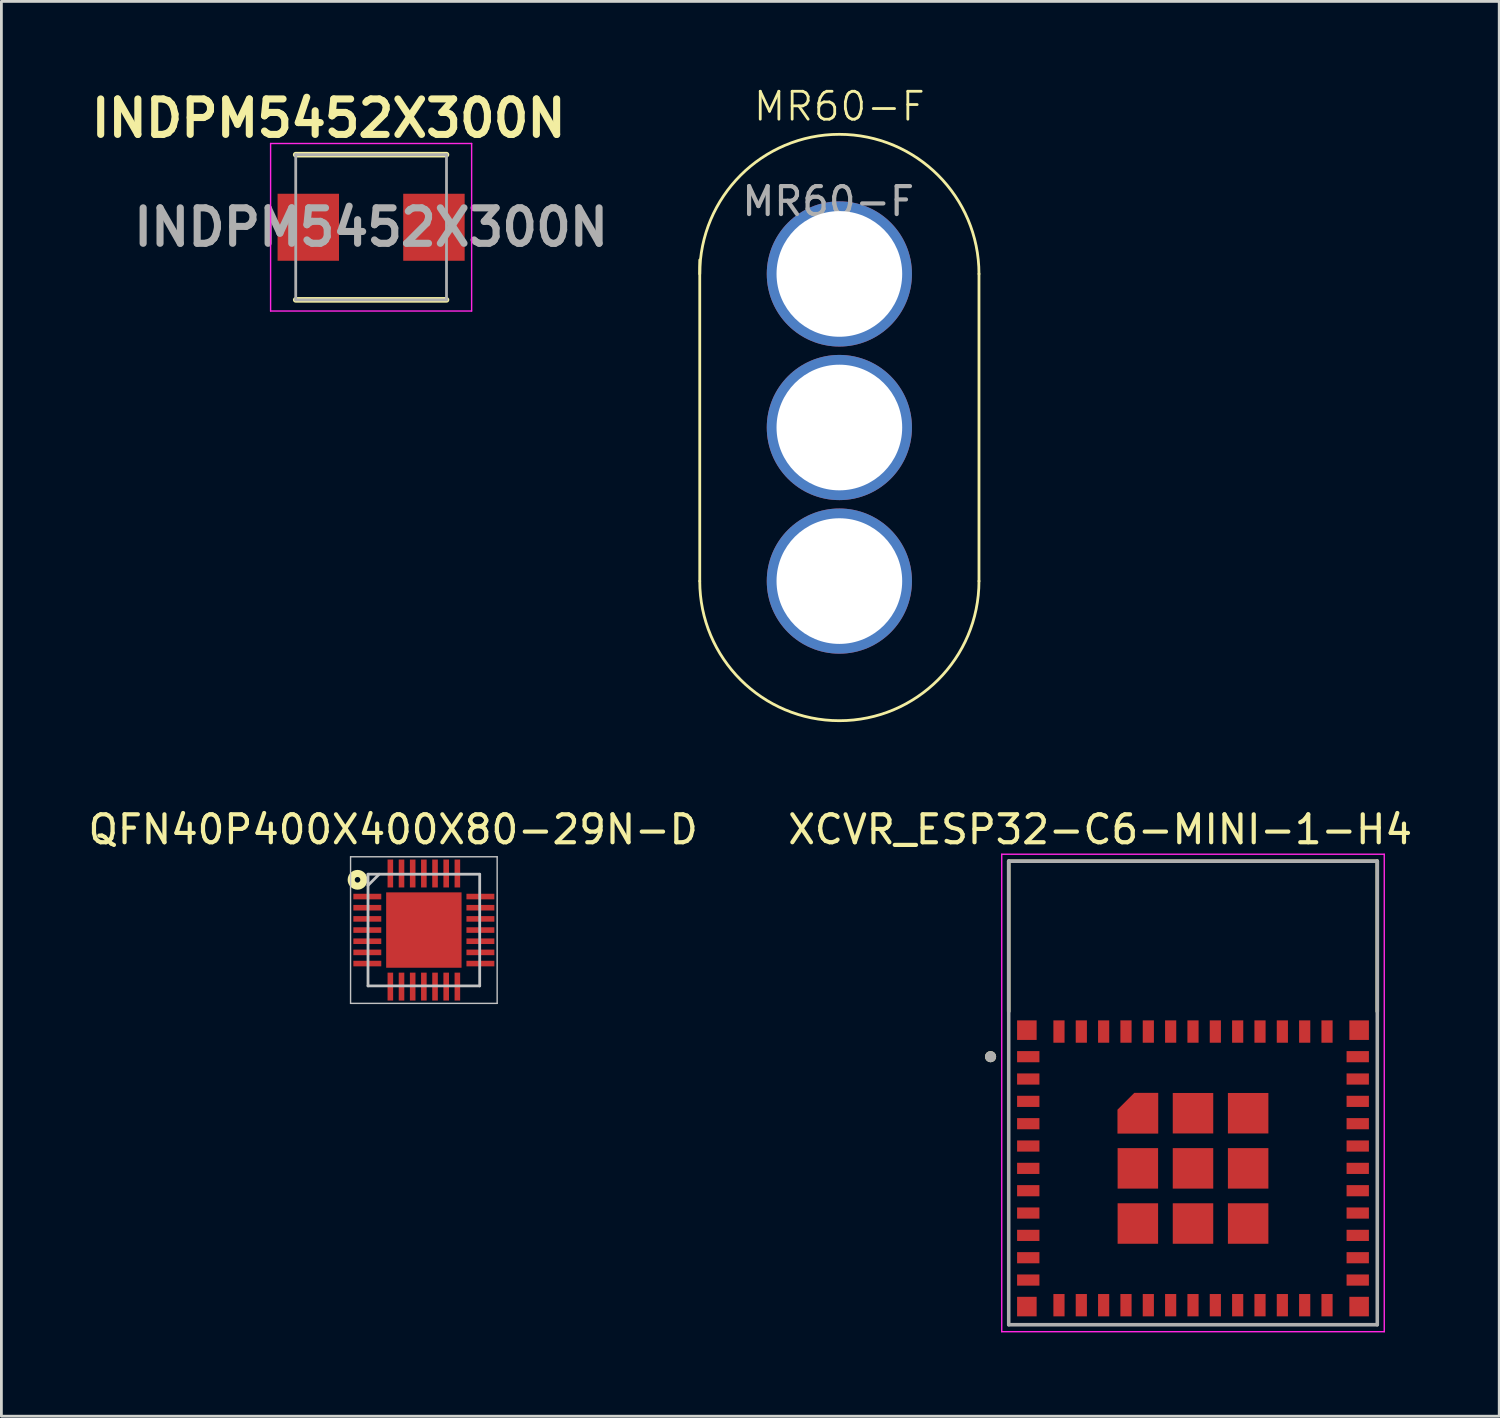
<source format=kicad_pcb>
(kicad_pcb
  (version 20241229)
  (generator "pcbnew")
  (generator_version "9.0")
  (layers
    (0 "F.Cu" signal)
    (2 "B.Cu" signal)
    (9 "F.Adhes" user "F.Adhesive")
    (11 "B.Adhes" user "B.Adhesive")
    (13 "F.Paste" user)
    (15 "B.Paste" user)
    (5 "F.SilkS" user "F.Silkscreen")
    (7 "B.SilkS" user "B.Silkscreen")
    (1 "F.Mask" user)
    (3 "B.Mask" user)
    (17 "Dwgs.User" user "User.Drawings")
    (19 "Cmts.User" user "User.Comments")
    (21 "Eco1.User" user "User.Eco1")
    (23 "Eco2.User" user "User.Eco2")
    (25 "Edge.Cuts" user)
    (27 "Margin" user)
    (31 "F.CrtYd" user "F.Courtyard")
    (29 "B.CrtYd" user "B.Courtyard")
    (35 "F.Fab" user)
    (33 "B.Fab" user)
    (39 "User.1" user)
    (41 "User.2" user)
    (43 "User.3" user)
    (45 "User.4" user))
  (footprint "XCVR_ESP32-C6-MINI-1-H4"
    (layer "F.Cu")
    (at 39.676 38.794)
    (property "Reference" "XCVR_ESP32-C6-MINI-1-H4" (at -3.325 -12.135 0) (layer "F.SilkS") (effects (font (size 1 1) (thickness 0.15))))
    (attr smd)
    (fp_poly (pts (xy -2.8 -1.15) (xy -1.15 -1.15) (xy -1.15 -2.8) (xy -2.15 -2.8) (xy -2.8 -2.15)) (stroke (width 0.01) (type solid)) (fill yes) (layer "F.Mask"))
    (fp_line (start -6.6 -11) (end 6.6 -11) (stroke (width 0.127) (type solid)) (layer "F.SilkS"))
    (fp_line (start -6.6 -5.62) (end -6.6 -11) (stroke (width 0.127) (type solid)) (layer "F.SilkS"))
    (fp_line (start 6.6 -11) (end 6.6 -5.62) (stroke (width 0.127) (type solid)) (layer "F.SilkS"))
    (fp_circle (center -7.25 -4) (end -7.15 -4) (stroke (width 0.2) (type solid)) (fill no) (layer "F.SilkS"))
    (fp_poly (pts (xy -2.7 -1.25) (xy -1.25 -1.25) (xy -1.25 -2.7) (xy -2.1 -2.7) (xy -2.7 -2.1)) (stroke (width 0.01) (type solid)) (fill yes) (layer "F.Paste"))
    (fp_line (start -6.85 -11.25) (end -6.85 5.85) (stroke (width 0.05) (type solid)) (layer "F.CrtYd"))
    (fp_line (start -6.85 5.85) (end 6.85 5.85) (stroke (width 0.05) (type solid)) (layer "F.CrtYd"))
    (fp_line (start 6.85 -11.25) (end -6.85 -11.25) (stroke (width 0.05) (type solid)) (layer "F.CrtYd"))
    (fp_line (start 6.85 5.85) (end 6.85 -11.25) (stroke (width 0.05) (type solid)) (layer "F.CrtYd"))
    (fp_line (start -6.6 -11) (end 6.6 -11) (stroke (width 0.127) (type solid)) (layer "F.Fab"))
    (fp_line (start -6.6 5.6) (end -6.6 -11) (stroke (width 0.127) (type solid)) (layer "F.Fab"))
    (fp_line (start 6.6 -11) (end 6.6 5.6) (stroke (width 0.127) (type solid)) (layer "F.Fab"))
    (fp_line (start 6.6 5.6) (end -6.6 5.6) (stroke (width 0.127) (type solid)) (layer "F.Fab"))
    (fp_circle (center -7.25 -4) (end -7.15 -4) (stroke (width 0.2) (type solid)) (fill no) (layer "F.Fab"))
    (pad "1" smd rect (at -5.9 -4) (size 0.8 0.4) (layers "F.Cu" "F.Mask" "F.Paste"))
    (pad "2" smd rect (at -5.9 -3.2) (size 0.8 0.4) (layers "F.Cu" "F.Mask" "F.Paste"))
    (pad "3" smd rect (at -5.9 -2.4) (size 0.8 0.4) (layers "F.Cu" "F.Mask" "F.Paste"))
    (pad "4" smd rect (at -5.9 -1.6) (size 0.8 0.4) (layers "F.Cu" "F.Mask" "F.Paste"))
    (pad "5" smd rect (at -5.9 -0.8) (size 0.8 0.4) (layers "F.Cu" "F.Mask" "F.Paste"))
    (pad "6" smd rect (at -5.9 0) (size 0.8 0.4) (layers "F.Cu" "F.Mask" "F.Paste"))
    (pad "7" smd rect (at -5.9 0.8) (size 0.8 0.4) (layers "F.Cu" "F.Mask" "F.Paste"))
    (pad "8" smd rect (at -5.9 1.6) (size 0.8 0.4) (layers "F.Cu" "F.Mask" "F.Paste"))
    (pad "9" smd rect (at -5.9 2.4) (size 0.8 0.4) (layers "F.Cu" "F.Mask" "F.Paste"))
    (pad "10" smd rect (at -5.9 3.2) (size 0.8 0.4) (layers "F.Cu" "F.Mask" "F.Paste"))
    (pad "11" smd rect (at -5.9 4) (size 0.8 0.4) (layers "F.Cu" "F.Mask" "F.Paste"))
    (pad "12" smd rect (at -4.8 4.9) (size 0.4 0.8) (layers "F.Cu" "F.Mask" "F.Paste"))
    (pad "13" smd rect (at -4 4.9) (size 0.4 0.8) (layers "F.Cu" "F.Mask" "F.Paste"))
    (pad "14" smd rect (at -3.2 4.9) (size 0.4 0.8) (layers "F.Cu" "F.Mask" "F.Paste"))
    (pad "15" smd rect (at -2.4 4.9) (size 0.4 0.8) (layers "F.Cu" "F.Mask" "F.Paste"))
    (pad "16" smd rect (at -1.6 4.9) (size 0.4 0.8) (layers "F.Cu" "F.Mask" "F.Paste"))
    (pad "17" smd rect (at -0.8 4.9) (size 0.4 0.8) (layers "F.Cu" "F.Mask" "F.Paste"))
    (pad "18" smd rect (at 0 4.9) (size 0.4 0.8) (layers "F.Cu" "F.Mask" "F.Paste"))
    (pad "19" smd rect (at 0.8 4.9) (size 0.4 0.8) (layers "F.Cu" "F.Mask" "F.Paste"))
    (pad "20" smd rect (at 1.6 4.9) (size 0.4 0.8) (layers "F.Cu" "F.Mask" "F.Paste"))
    (pad "21" smd rect (at 2.4 4.9) (size 0.4 0.8) (layers "F.Cu" "F.Mask" "F.Paste"))
    (pad "22" smd rect (at 3.2 4.9) (size 0.4 0.8) (layers "F.Cu" "F.Mask" "F.Paste"))
    (pad "23" smd rect (at 4 4.9) (size 0.4 0.8) (layers "F.Cu" "F.Mask" "F.Paste"))
    (pad "24" smd rect (at 4.8 4.9) (size 0.4 0.8) (layers "F.Cu" "F.Mask" "F.Paste"))
    (pad "25" smd rect (at 5.9 4) (size 0.8 0.4) (layers "F.Cu" "F.Mask" "F.Paste"))
    (pad "26" smd rect (at 5.9 3.2) (size 0.8 0.4) (layers "F.Cu" "F.Mask" "F.Paste"))
    (pad "27" smd rect (at 5.9 2.4) (size 0.8 0.4) (layers "F.Cu" "F.Mask" "F.Paste"))
    (pad "28" smd rect (at 5.9 1.6) (size 0.8 0.4) (layers "F.Cu" "F.Mask" "F.Paste"))
    (pad "29" smd rect (at 5.9 0.8) (size 0.8 0.4) (layers "F.Cu" "F.Mask" "F.Paste"))
    (pad "30" smd rect (at 5.9 0) (size 0.8 0.4) (layers "F.Cu" "F.Mask" "F.Paste"))
    (pad "31" smd rect (at 5.9 -0.8) (size 0.8 0.4) (layers "F.Cu" "F.Mask" "F.Paste"))
    (pad "32" smd rect (at 5.9 -1.6) (size 0.8 0.4) (layers "F.Cu" "F.Mask" "F.Paste"))
    (pad "33" smd rect (at 5.9 -2.4) (size 0.8 0.4) (layers "F.Cu" "F.Mask" "F.Paste"))
    (pad "34" smd rect (at 5.9 -3.2) (size 0.8 0.4) (layers "F.Cu" "F.Mask" "F.Paste"))
    (pad "35" smd rect (at 5.9 -4) (size 0.8 0.4) (layers "F.Cu" "F.Mask" "F.Paste"))
    (pad "36" smd rect (at 4.8 -4.9) (size 0.4 0.8) (layers "F.Cu" "F.Mask" "F.Paste"))
    (pad "37" smd rect (at 4 -4.9) (size 0.4 0.8) (layers "F.Cu" "F.Mask" "F.Paste"))
    (pad "38" smd rect (at 3.2 -4.9) (size 0.4 0.8) (layers "F.Cu" "F.Mask" "F.Paste"))
    (pad "39" smd rect (at 2.4 -4.9) (size 0.4 0.8) (layers "F.Cu" "F.Mask" "F.Paste"))
    (pad "40" smd rect (at 1.6 -4.9) (size 0.4 0.8) (layers "F.Cu" "F.Mask" "F.Paste"))
    (pad "41" smd rect (at 0.8 -4.9) (size 0.4 0.8) (layers "F.Cu" "F.Mask" "F.Paste"))
    (pad "42" smd rect (at 0 -4.9) (size 0.4 0.8) (layers "F.Cu" "F.Mask" "F.Paste"))
    (pad "43" smd rect (at -0.8 -4.9) (size 0.4 0.8) (layers "F.Cu" "F.Mask" "F.Paste"))
    (pad "44" smd rect (at -1.6 -4.9) (size 0.4 0.8) (layers "F.Cu" "F.Mask" "F.Paste"))
    (pad "45" smd rect (at -2.4 -4.9) (size 0.4 0.8) (layers "F.Cu" "F.Mask" "F.Paste"))
    (pad "46" smd rect (at -3.2 -4.9) (size 0.4 0.8) (layers "F.Cu" "F.Mask" "F.Paste"))
    (pad "47" smd rect (at -4 -4.9) (size 0.4 0.8) (layers "F.Cu" "F.Mask" "F.Paste"))
    (pad "48" smd rect (at -4.8 -4.9) (size 0.4 0.8) (layers "F.Cu" "F.Mask" "F.Paste"))
    (pad "49_1" smd custom (at -1.975 -1.975) (size 0.4 0.4) (layers "F.Cu") (options (anchor rect)) (primitives (gr_poly (pts (xy -0.725 0.725) (xy 0.725 0.725) (xy 0.725 -0.725) (xy -0.125 -0.725) (xy -0.725 -0.125)) (width 0.01) (fill yes))))
    (pad "49_2" smd rect (at 0 -1.975) (size 1.45 1.45) (layers "F.Cu" "F.Mask" "F.Paste"))
    (pad "49_3" smd rect (at 1.975 -1.975) (size 1.45 1.45) (layers "F.Cu" "F.Mask" "F.Paste"))
    (pad "49_4" smd rect (at -1.975 0) (size 1.45 1.45) (layers "F.Cu" "F.Mask" "F.Paste"))
    (pad "49_5" smd rect (at 0 0) (size 1.45 1.45) (layers "F.Cu" "F.Mask" "F.Paste"))
    (pad "49_6" smd rect (at 1.975 0) (size 1.45 1.45) (layers "F.Cu" "F.Mask" "F.Paste"))
    (pad "49_7" smd rect (at -1.975 1.975) (size 1.45 1.45) (layers "F.Cu" "F.Mask" "F.Paste"))
    (pad "49_8" smd rect (at 0 1.975) (size 1.45 1.45) (layers "F.Cu" "F.Mask" "F.Paste"))
    (pad "49_9" smd rect (at 1.975 1.975) (size 1.45 1.45) (layers "F.Cu" "F.Mask" "F.Paste"))
    (pad "50" smd rect (at 5.95 -4.95) (size 0.7 0.7) (layers "F.Cu" "F.Mask" "F.Paste"))
    (pad "51" smd rect (at 5.95 4.95) (size 0.7 0.7) (layers "F.Cu" "F.Mask" "F.Paste"))
    (pad "52" smd rect (at -5.95 4.95) (size 0.7 0.7) (layers "F.Cu" "F.Mask" "F.Paste"))
    (pad "53" smd rect (at -5.95 -4.95) (size 0.7 0.7) (layers "F.Cu" "F.Mask" "F.Paste"))
    (zone (net_name "") (layer "F.Cu") (hatch full 0.508) (connect_pads) (min_thickness 0.01) (filled_areas_thickness no) (keepout (tracks not_allowed) (vias not_allowed) (pads not_allowed) (copperpour not_allowed) (footprints allowed)) (placement (enabled no)) (fill) (polygon (pts (xy 33.076 27.794) (xy 46.276 27.794) (xy 46.276 33.194) (xy 33.076 33.194))))
    (zone (net_name "") (layers "F.Cu" "B.Cu") (hatch full 0.508) (connect_pads) (min_thickness 0.01) (filled_areas_thickness no) (keepout (tracks allowed) (vias not_allowed) (pads allowed) (copperpour allowed) (footprints allowed)) (placement (enabled no)) (fill) (polygon (pts (xy 33.076 27.794) (xy 46.276 27.794) (xy 46.276 33.194) (xy 33.076 33.194)))))
  (footprint "MR60-F"
    (layer "F.Cu")
    (at 27.011 17.761)
    (property "Reference" "MR60-F" (at 0 -17 0) (unlocked yes) (layer "F.SilkS") (effects (font (size 1 1) (thickness 0.1))))
    (attr smd)
    (fp_line (start -5 0) (end -5 -11.5) (stroke (width 0.1) (type default)) (layer "F.SilkS"))
    (fp_line (start 5 0) (end 5 -11) (stroke (width 0.1) (type default)) (layer "F.SilkS"))
    (fp_arc (start -5 -11) (mid 0 -16) (end 5 -11) (stroke (width 0.1) (type default)) (layer "F.SilkS"))
    (fp_arc (start 5 0) (mid 0 5) (end -5 0) (stroke (width 0.1) (type default)) (layer "F.SilkS"))
    (fp_text user "${REFERENCE}" (at -0.4 -13.6 0) (unlocked yes) (layer "F.Fab") (effects (font (size 1 1) (thickness 0.15))))
    (pad "1" thru_hole circle (at 0 0) (size 5.2 5.2) (drill 4.5) (layers "*.Cu" "*.Mask" "Eco1.User"))
    (pad "2" thru_hole circle (at 0 -5.5) (size 5.2 5.2) (drill 4.5) (layers "*.Cu" "*.Mask" "Eco1.User"))
    (pad "3" thru_hole circle (at 0 -11) (size 5.2 5.2) (drill 4.5) (layers "*.Cu" "*.Mask" "Eco1.User")))
  (footprint "INDPM5452X300N"
    (layer "F.Cu")
    (at 10.241 5.089)
    (property "Reference" "INDPM5452X300N" (at -1.52 -3.9 0) (layer "F.SilkS") (effects (font (size 1.27 1.27) (thickness 0.254))))
    (attr smd)
    (fp_line (start -2.7 2.6) (end 2.7 2.6) (stroke (width 0.2) (type solid)) (layer "F.SilkS"))
    (fp_line (start 2.7 -2.6) (end -2.7 -2.6) (stroke (width 0.2) (type solid)) (layer "F.SilkS"))
    (fp_line (start -3.6 -3) (end 3.6 -3) (stroke (width 0.05) (type solid)) (layer "F.CrtYd"))
    (fp_line (start -3.6 3) (end -3.6 -3) (stroke (width 0.05) (type solid)) (layer "F.CrtYd"))
    (fp_line (start 3.6 -3) (end 3.6 3) (stroke (width 0.05) (type solid)) (layer "F.CrtYd"))
    (fp_line (start 3.6 3) (end -3.6 3) (stroke (width 0.05) (type solid)) (layer "F.CrtYd"))
    (fp_line (start -2.7 -2.6) (end 2.7 -2.6) (stroke (width 0.1) (type solid)) (layer "F.Fab"))
    (fp_line (start -2.7 2.6) (end -2.7 -2.6) (stroke (width 0.1) (type solid)) (layer "F.Fab"))
    (fp_line (start 2.7 -2.6) (end 2.7 2.6) (stroke (width 0.1) (type solid)) (layer "F.Fab"))
    (fp_line (start 2.7 2.6) (end -2.7 2.6) (stroke (width 0.1) (type solid)) (layer "F.Fab"))
    (fp_text user "${REFERENCE}" (at 0 0 0) (layer "F.Fab") (effects (font (size 1.27 1.27) (thickness 0.254))))
    (pad "1" smd rect (at -2.25 0) (size 2.2 2.4) (layers "F.Cu" "F.Mask" "F.Paste"))
    (pad "2" smd rect (at 2.25 0) (size 2.2 2.4) (layers "F.Cu" "F.Mask" "F.Paste")))
  (footprint "QFN40P400X400X80-29N-D"
    (layer "F.Cu")
    (at 12.13 30.259)
    (property "Reference" "QFN40P400X400X80-29N-D" (at -1.1 -3.6 0) (layer "F.SilkS") (effects (font (size 1 1) (thickness 0.15))))
    (attr smd)
    (fp_circle (center -2.375 -1.8) (end -2.275 -1.8) (stroke (width 0.254) (type solid)) (fill no) (layer "F.SilkS"))
    (fp_line (start -2.625 -2.625) (end 2.625 -2.625) (stroke (width 0.05) (type solid)) (layer "Dwgs.User"))
    (fp_line (start -2.625 2.625) (end -2.625 -2.625) (stroke (width 0.05) (type solid)) (layer "Dwgs.User"))
    (fp_line (start -2 -2) (end 2 -2) (stroke (width 0.1) (type solid)) (layer "Dwgs.User"))
    (fp_line (start -2 -1.6) (end -1.6 -2) (stroke (width 0.1) (type solid)) (layer "Dwgs.User"))
    (fp_line (start -2 2) (end -2 -2) (stroke (width 0.1) (type solid)) (layer "Dwgs.User"))
    (fp_line (start 2 -2) (end 2 2) (stroke (width 0.1) (type solid)) (layer "Dwgs.User"))
    (fp_line (start 2 2) (end -2 2) (stroke (width 0.1) (type solid)) (layer "Dwgs.User"))
    (fp_line (start 2.625 -2.625) (end 2.625 2.625) (stroke (width 0.05) (type solid)) (layer "Dwgs.User"))
    (fp_line (start 2.625 2.625) (end -2.625 2.625) (stroke (width 0.05) (type solid)) (layer "Dwgs.User"))
    (pad "1" smd rect (at -2.025 -1.2 90) (size 0.2 1) (layers "F.Cu" "F.Mask" "F.Paste"))
    (pad "2" smd rect (at -2.025 -0.8 90) (size 0.2 1) (layers "F.Cu" "F.Mask" "F.Paste"))
    (pad "3" smd rect (at -2.025 -0.4 90) (size 0.2 1) (layers "F.Cu" "F.Mask" "F.Paste"))
    (pad "4" smd rect (at -2.025 0 90) (size 0.2 1) (layers "F.Cu" "F.Mask" "F.Paste"))
    (pad "5" smd rect (at -2.025 0.4 90) (size 0.2 1) (layers "F.Cu" "F.Mask" "F.Paste"))
    (pad "6" smd rect (at -2.025 0.8 90) (size 0.2 1) (layers "F.Cu" "F.Mask" "F.Paste"))
    (pad "7" smd rect (at -2.025 1.2 90) (size 0.2 1) (layers "F.Cu" "F.Mask" "F.Paste"))
    (pad "8" smd rect (at -1.2 2.025) (size 0.2 1) (layers "F.Cu" "F.Mask" "F.Paste"))
    (pad "9" smd rect (at -0.8 2.025) (size 0.2 1) (layers "F.Cu" "F.Mask" "F.Paste"))
    (pad "10" smd rect (at -0.4 2.025) (size 0.2 1) (layers "F.Cu" "F.Mask" "F.Paste"))
    (pad "11" smd rect (at 0 2.025) (size 0.2 1) (layers "F.Cu" "F.Mask" "F.Paste"))
    (pad "12" smd rect (at 0.4 2.025) (size 0.2 1) (layers "F.Cu" "F.Mask" "F.Paste"))
    (pad "13" smd rect (at 0.8 2.025) (size 0.2 1) (layers "F.Cu" "F.Mask" "F.Paste"))
    (pad "14" smd rect (at 1.2 2.025) (size 0.2 1) (layers "F.Cu" "F.Mask" "F.Paste"))
    (pad "15" smd rect (at 2.025 1.2 90) (size 0.2 1) (layers "F.Cu" "F.Mask" "F.Paste"))
    (pad "16" smd rect (at 2.025 0.8 90) (size 0.2 1) (layers "F.Cu" "F.Mask" "F.Paste"))
    (pad "17" smd rect (at 2.025 0.4 90) (size 0.2 1) (layers "F.Cu" "F.Mask" "F.Paste"))
    (pad "18" smd rect (at 2.025 0 90) (size 0.2 1) (layers "F.Cu" "F.Mask" "F.Paste"))
    (pad "19" smd rect (at 2.025 -0.4 90) (size 0.2 1) (layers "F.Cu" "F.Mask" "F.Paste"))
    (pad "20" smd rect (at 2.025 -0.8 90) (size 0.2 1) (layers "F.Cu" "F.Mask" "F.Paste"))
    (pad "21" smd rect (at 2.025 -1.2 90) (size 0.2 1) (layers "F.Cu" "F.Mask" "F.Paste"))
    (pad "22" smd rect (at 1.2 -2.025) (size 0.2 1) (layers "F.Cu" "F.Mask" "F.Paste"))
    (pad "23" smd rect (at 0.8 -2.025) (size 0.2 1) (layers "F.Cu" "F.Mask" "F.Paste"))
    (pad "24" smd rect (at 0.4 -2.025) (size 0.2 1) (layers "F.Cu" "F.Mask" "F.Paste"))
    (pad "25" smd rect (at 0 -2.025) (size 0.2 1) (layers "F.Cu" "F.Mask" "F.Paste"))
    (pad "26" smd rect (at -0.4 -2.025) (size 0.2 1) (layers "F.Cu" "F.Mask" "F.Paste"))
    (pad "27" smd rect (at -0.8 -2.025) (size 0.2 1) (layers "F.Cu" "F.Mask" "F.Paste"))
    (pad "28" smd rect (at -1.2 -2.025) (size 0.2 1) (layers "F.Cu" "F.Mask" "F.Paste"))
    (pad "29" smd rect (at 0 0) (size 2.7 2.7) (layers "F.Cu" "F.Mask" "F.Paste")))
  (gr_rect
    (start -3 -3)
    (end 50.643 47.669)
    (stroke (width 0.1) (type default))
    (fill no)
    (layer "Edge.Cuts")))
</source>
